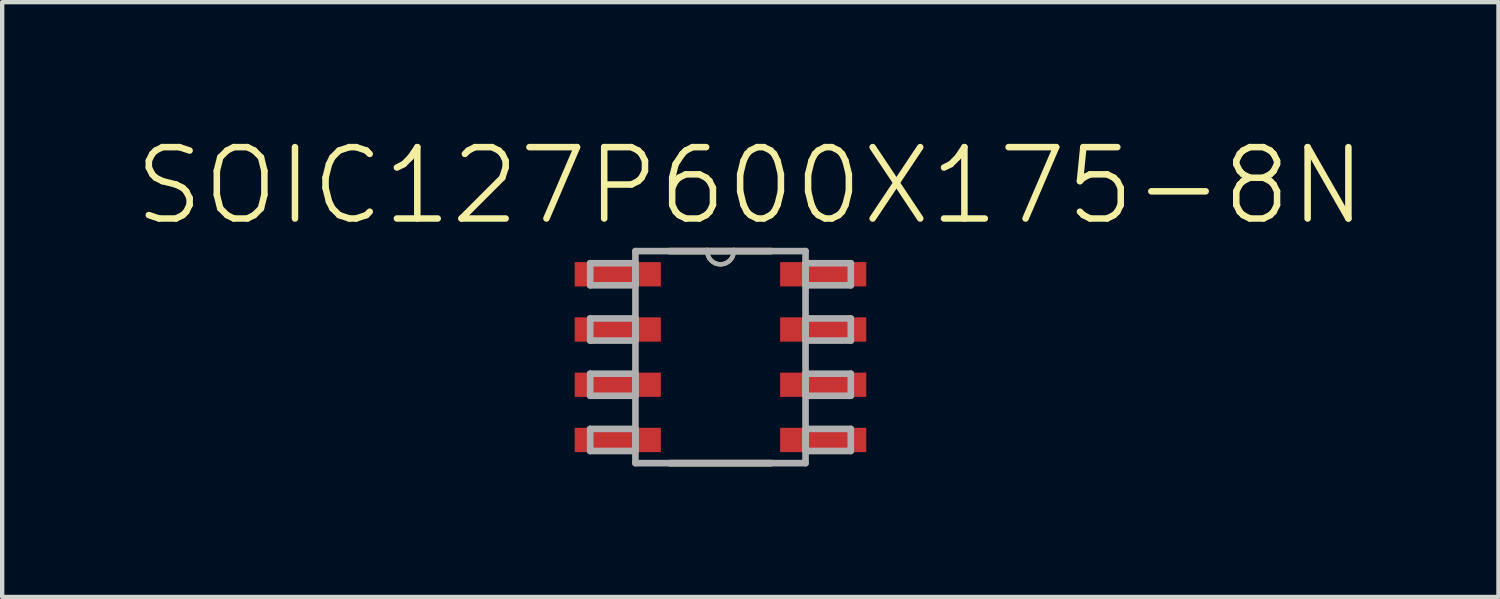
<source format=kicad_pcb>
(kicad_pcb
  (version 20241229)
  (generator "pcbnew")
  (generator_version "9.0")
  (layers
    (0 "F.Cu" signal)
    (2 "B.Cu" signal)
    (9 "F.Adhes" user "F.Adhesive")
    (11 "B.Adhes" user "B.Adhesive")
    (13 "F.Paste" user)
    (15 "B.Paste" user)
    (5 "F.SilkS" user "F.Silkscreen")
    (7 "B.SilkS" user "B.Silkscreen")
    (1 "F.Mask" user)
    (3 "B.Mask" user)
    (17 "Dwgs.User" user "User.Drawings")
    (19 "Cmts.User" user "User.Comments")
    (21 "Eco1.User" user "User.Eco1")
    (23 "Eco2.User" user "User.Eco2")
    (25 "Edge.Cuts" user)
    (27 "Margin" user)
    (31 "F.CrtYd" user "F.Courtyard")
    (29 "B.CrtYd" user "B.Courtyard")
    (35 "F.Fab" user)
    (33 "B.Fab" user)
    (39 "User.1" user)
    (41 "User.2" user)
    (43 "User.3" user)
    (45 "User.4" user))
  (footprint "SOIC127P600X175-8N"
    (layer "F.Cu")
    (at 13.518 5.162)
    (property "Reference" "SOIC127P600X175-8N" (at 0.686 -3.939 0) (layer "F.SilkS") (effects (font (size 1.641 1.641) (thickness 0.15))))
    (attr smd)
    (fp_line (start -1.168 2.438) (end 1.168 2.438) (stroke (width 0.152) (type solid)) (layer "F.SilkS"))
    (fp_line (start -0.305 -2.438) (end -1.168 -2.438) (stroke (width 0.152) (type solid)) (layer "F.SilkS"))
    (fp_line (start 0.305 -2.438) (end -0.305 -2.438) (stroke (width 0.152) (type solid)) (layer "F.SilkS"))
    (fp_line (start 1.168 -2.438) (end 0.305 -2.438) (stroke (width 0.152) (type solid)) (layer "F.SilkS"))
    (fp_arc (start 0.3048 -2.4384) (mid 0 -2.1336) (end -0.3048 -2.4384) (stroke (width 0.1) (type solid)) (layer "F.SilkS"))
    (fp_line (start -2.997 -2.159) (end -2.997 -1.651) (stroke (width 0.152) (type solid)) (layer "F.Fab"))
    (fp_line (start -2.997 -1.651) (end -1.956 -1.651) (stroke (width 0.152) (type solid)) (layer "F.Fab"))
    (fp_line (start -2.997 -0.889) (end -2.997 -0.381) (stroke (width 0.152) (type solid)) (layer "F.Fab"))
    (fp_line (start -2.997 -0.381) (end -1.956 -0.381) (stroke (width 0.152) (type solid)) (layer "F.Fab"))
    (fp_line (start -2.997 0.381) (end -2.997 0.889) (stroke (width 0.152) (type solid)) (layer "F.Fab"))
    (fp_line (start -2.997 0.889) (end -1.956 0.889) (stroke (width 0.152) (type solid)) (layer "F.Fab"))
    (fp_line (start -2.997 1.651) (end -2.997 2.159) (stroke (width 0.152) (type solid)) (layer "F.Fab"))
    (fp_line (start -2.997 2.159) (end -1.956 2.159) (stroke (width 0.152) (type solid)) (layer "F.Fab"))
    (fp_line (start -1.956 -2.438) (end -1.956 2.438) (stroke (width 0.152) (type solid)) (layer "F.Fab"))
    (fp_line (start -1.956 -2.159) (end -2.997 -2.159) (stroke (width 0.152) (type solid)) (layer "F.Fab"))
    (fp_line (start -1.956 -1.651) (end -1.956 -2.159) (stroke (width 0.152) (type solid)) (layer "F.Fab"))
    (fp_line (start -1.956 -0.889) (end -2.997 -0.889) (stroke (width 0.152) (type solid)) (layer "F.Fab"))
    (fp_line (start -1.956 -0.381) (end -1.956 -0.889) (stroke (width 0.152) (type solid)) (layer "F.Fab"))
    (fp_line (start -1.956 0.381) (end -2.997 0.381) (stroke (width 0.152) (type solid)) (layer "F.Fab"))
    (fp_line (start -1.956 0.889) (end -1.956 0.381) (stroke (width 0.152) (type solid)) (layer "F.Fab"))
    (fp_line (start -1.956 1.651) (end -2.997 1.651) (stroke (width 0.152) (type solid)) (layer "F.Fab"))
    (fp_line (start -1.956 2.159) (end -1.956 1.651) (stroke (width 0.152) (type solid)) (layer "F.Fab"))
    (fp_line (start -1.956 2.438) (end 1.956 2.438) (stroke (width 0.152) (type solid)) (layer "F.Fab"))
    (fp_line (start -0.305 -2.438) (end -1.956 -2.438) (stroke (width 0.152) (type solid)) (layer "F.Fab"))
    (fp_line (start 0.305 -2.438) (end -0.305 -2.438) (stroke (width 0.152) (type solid)) (layer "F.Fab"))
    (fp_line (start 1.956 -2.438) (end 0.305 -2.438) (stroke (width 0.152) (type solid)) (layer "F.Fab"))
    (fp_line (start 1.956 -2.159) (end 1.956 -1.651) (stroke (width 0.152) (type solid)) (layer "F.Fab"))
    (fp_line (start 1.956 -1.651) (end 2.997 -1.651) (stroke (width 0.152) (type solid)) (layer "F.Fab"))
    (fp_line (start 1.956 -0.889) (end 1.956 -0.381) (stroke (width 0.152) (type solid)) (layer "F.Fab"))
    (fp_line (start 1.956 -0.381) (end 2.997 -0.381) (stroke (width 0.152) (type solid)) (layer "F.Fab"))
    (fp_line (start 1.956 0.381) (end 1.956 0.889) (stroke (width 0.152) (type solid)) (layer "F.Fab"))
    (fp_line (start 1.956 0.889) (end 2.997 0.889) (stroke (width 0.152) (type solid)) (layer "F.Fab"))
    (fp_line (start 1.956 1.651) (end 1.956 2.159) (stroke (width 0.152) (type solid)) (layer "F.Fab"))
    (fp_line (start 1.956 2.159) (end 2.997 2.159) (stroke (width 0.152) (type solid)) (layer "F.Fab"))
    (fp_line (start 1.956 2.438) (end 1.956 -2.438) (stroke (width 0.152) (type solid)) (layer "F.Fab"))
    (fp_line (start 2.997 -2.159) (end 1.956 -2.159) (stroke (width 0.152) (type solid)) (layer "F.Fab"))
    (fp_line (start 2.997 -1.651) (end 2.997 -2.159) (stroke (width 0.152) (type solid)) (layer "F.Fab"))
    (fp_line (start 2.997 -0.889) (end 1.956 -0.889) (stroke (width 0.152) (type solid)) (layer "F.Fab"))
    (fp_line (start 2.997 -0.381) (end 2.997 -0.889) (stroke (width 0.152) (type solid)) (layer "F.Fab"))
    (fp_line (start 2.997 0.381) (end 1.956 0.381) (stroke (width 0.152) (type solid)) (layer "F.Fab"))
    (fp_line (start 2.997 0.889) (end 2.997 0.381) (stroke (width 0.152) (type solid)) (layer "F.Fab"))
    (fp_line (start 2.997 1.651) (end 1.956 1.651) (stroke (width 0.152) (type solid)) (layer "F.Fab"))
    (fp_line (start 2.997 2.159) (end 2.997 1.651) (stroke (width 0.152) (type solid)) (layer "F.Fab"))
    (fp_arc (start 0.3048 -2.4384) (mid 0 -2.1336) (end -0.3048 -2.4384) (stroke (width 0.1) (type solid)) (layer "F.Fab"))
    (pad "1" smd rect (at -2.362 -1.905) (size 1.981 0.559) (layers "F.Cu" "F.Mask" "F.Paste"))
    (pad "2" smd rect (at -2.362 -0.635) (size 1.981 0.559) (layers "F.Cu" "F.Mask" "F.Paste"))
    (pad "3" smd rect (at -2.362 0.635) (size 1.981 0.559) (layers "F.Cu" "F.Mask" "F.Paste"))
    (pad "4" smd rect (at -2.362 1.905) (size 1.981 0.559) (layers "F.Cu" "F.Mask" "F.Paste"))
    (pad "5" smd rect (at 2.362 1.905) (size 1.981 0.559) (layers "F.Cu" "F.Mask" "F.Paste"))
    (pad "6" smd rect (at 2.362 0.635) (size 1.981 0.559) (layers "F.Cu" "F.Mask" "F.Paste"))
    (pad "7" smd rect (at 2.362 -0.635) (size 1.981 0.559) (layers "F.Cu" "F.Mask" "F.Paste"))
    (pad "8" smd rect (at 2.362 -1.905) (size 1.981 0.559) (layers "F.Cu" "F.Mask" "F.Paste")))
  (gr_rect
    (start -3 -3)
    (end 31.408 10.677)
    (stroke (width 0.1) (type default))
    (fill no)
    (layer "Edge.Cuts")))
</source>
